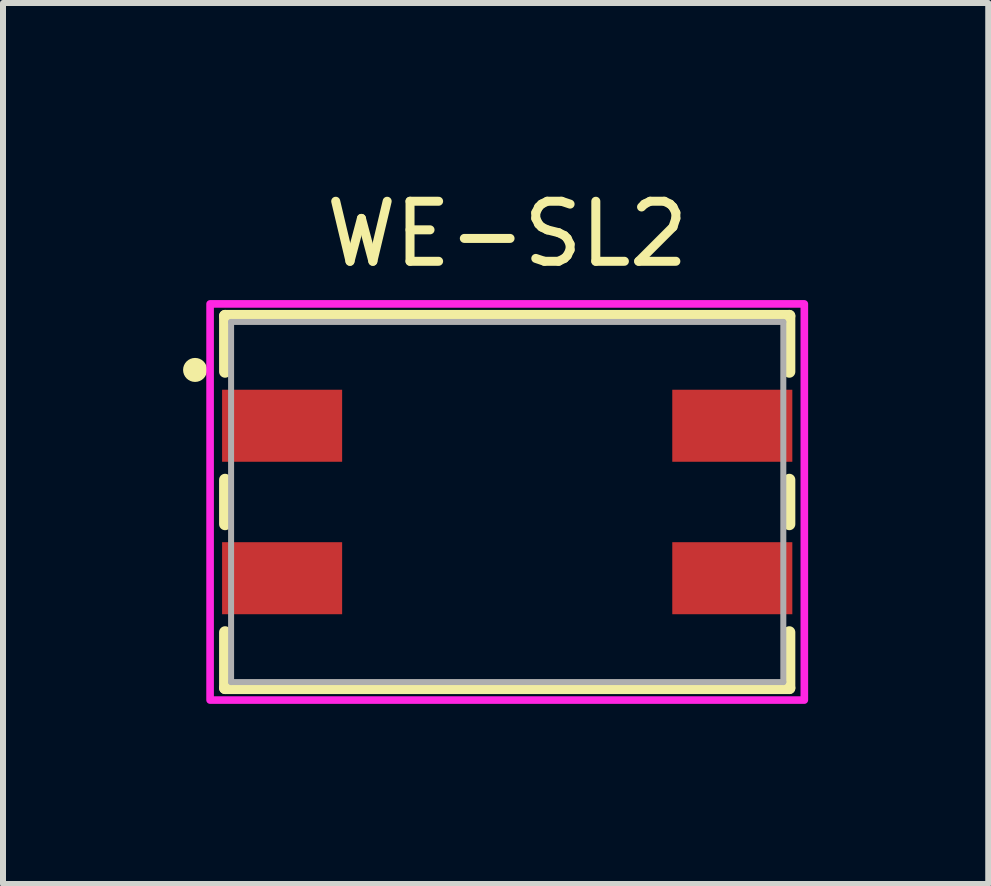
<source format=kicad_pcb>
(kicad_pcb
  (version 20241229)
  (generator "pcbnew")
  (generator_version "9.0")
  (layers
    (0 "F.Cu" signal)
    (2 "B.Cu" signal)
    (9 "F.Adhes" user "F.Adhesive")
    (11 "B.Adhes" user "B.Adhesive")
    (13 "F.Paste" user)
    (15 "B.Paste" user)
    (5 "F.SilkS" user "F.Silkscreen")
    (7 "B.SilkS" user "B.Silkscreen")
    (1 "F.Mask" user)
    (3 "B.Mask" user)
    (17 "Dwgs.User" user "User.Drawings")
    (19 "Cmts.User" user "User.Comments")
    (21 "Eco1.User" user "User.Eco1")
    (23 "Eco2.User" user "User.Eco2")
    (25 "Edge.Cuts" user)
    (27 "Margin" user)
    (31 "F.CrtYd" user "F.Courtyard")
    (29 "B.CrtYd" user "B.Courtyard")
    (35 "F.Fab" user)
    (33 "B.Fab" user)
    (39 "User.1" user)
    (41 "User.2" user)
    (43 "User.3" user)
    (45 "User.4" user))
  (footprint "WE-SL2"
    (layer "F.Cu")
    (at 5.4 5.313)
    (property "Reference" "WE-SL2" (at 0 -4.465 0) (layer "F.SilkS") (effects (font (size 1 1) (thickness 0.15))))
    (attr smd)
    (fp_line (start -4.7 -3.1) (end 4.7 -3.1) (stroke (width 0.2) (type solid)) (layer "F.SilkS"))
    (fp_line (start -4.7 -2.17) (end -4.7 -3.1) (stroke (width 0.2) (type solid)) (layer "F.SilkS"))
    (fp_line (start -4.7 -0.37) (end -4.7 0.37) (stroke (width 0.2) (type solid)) (layer "F.SilkS"))
    (fp_line (start -4.7 2.17) (end -4.7 3.1) (stroke (width 0.2) (type solid)) (layer "F.SilkS"))
    (fp_line (start -4.7 3.1) (end 4.7 3.1) (stroke (width 0.2) (type solid)) (layer "F.SilkS"))
    (fp_line (start 4.7 -2.17) (end 4.7 -3.1) (stroke (width 0.2) (type solid)) (layer "F.SilkS"))
    (fp_line (start 4.7 -0.37) (end 4.7 0.37) (stroke (width 0.2) (type solid)) (layer "F.SilkS"))
    (fp_line (start 4.7 2.17) (end 4.7 3.1) (stroke (width 0.2) (type solid)) (layer "F.SilkS"))
    (fp_circle (center -5.2 -2.2) (end -5.1 -2.2) (stroke (width 0.2) (type solid)) (fill no) (layer "F.SilkS"))
    (fp_poly (pts (xy -4.95 -3.3) (xy 4.95 -3.3) (xy 4.95 3.3) (xy -4.95 3.3)) (stroke (width 0.127) (type solid)) (fill no) (layer "F.CrtYd"))
    (fp_line (start -4.6 -3) (end -4.6 3) (stroke (width 0.1) (type solid)) (layer "F.Fab"))
    (fp_line (start -4.6 3) (end 4.6 3) (stroke (width 0.1) (type solid)) (layer "F.Fab"))
    (fp_line (start 4.6 -3) (end -4.6 -3) (stroke (width 0.1) (type solid)) (layer "F.Fab"))
    (fp_line (start 4.6 3) (end 4.6 -3) (stroke (width 0.1) (type solid)) (layer "F.Fab"))
    (pad "1" smd rect (at -3.75 -1.27) (size 2 1.2) (layers "F.Cu" "F.Mask" "F.Paste"))
    (pad "2" smd rect (at -3.75 1.27) (size 2 1.2) (layers "F.Cu" "F.Mask" "F.Paste"))
    (pad "3" smd rect (at 3.75 1.27) (size 2 1.2) (layers "F.Cu" "F.Mask" "F.Paste"))
    (pad "4" smd rect (at 3.75 -1.27) (size 2 1.2) (layers "F.Cu" "F.Mask" "F.Paste")))
  (gr_rect
    (start -3 -3)
    (end 13.414 11.677)
    (stroke (width 0.1) (type default))
    (fill no)
    (layer "Edge.Cuts")))
</source>
